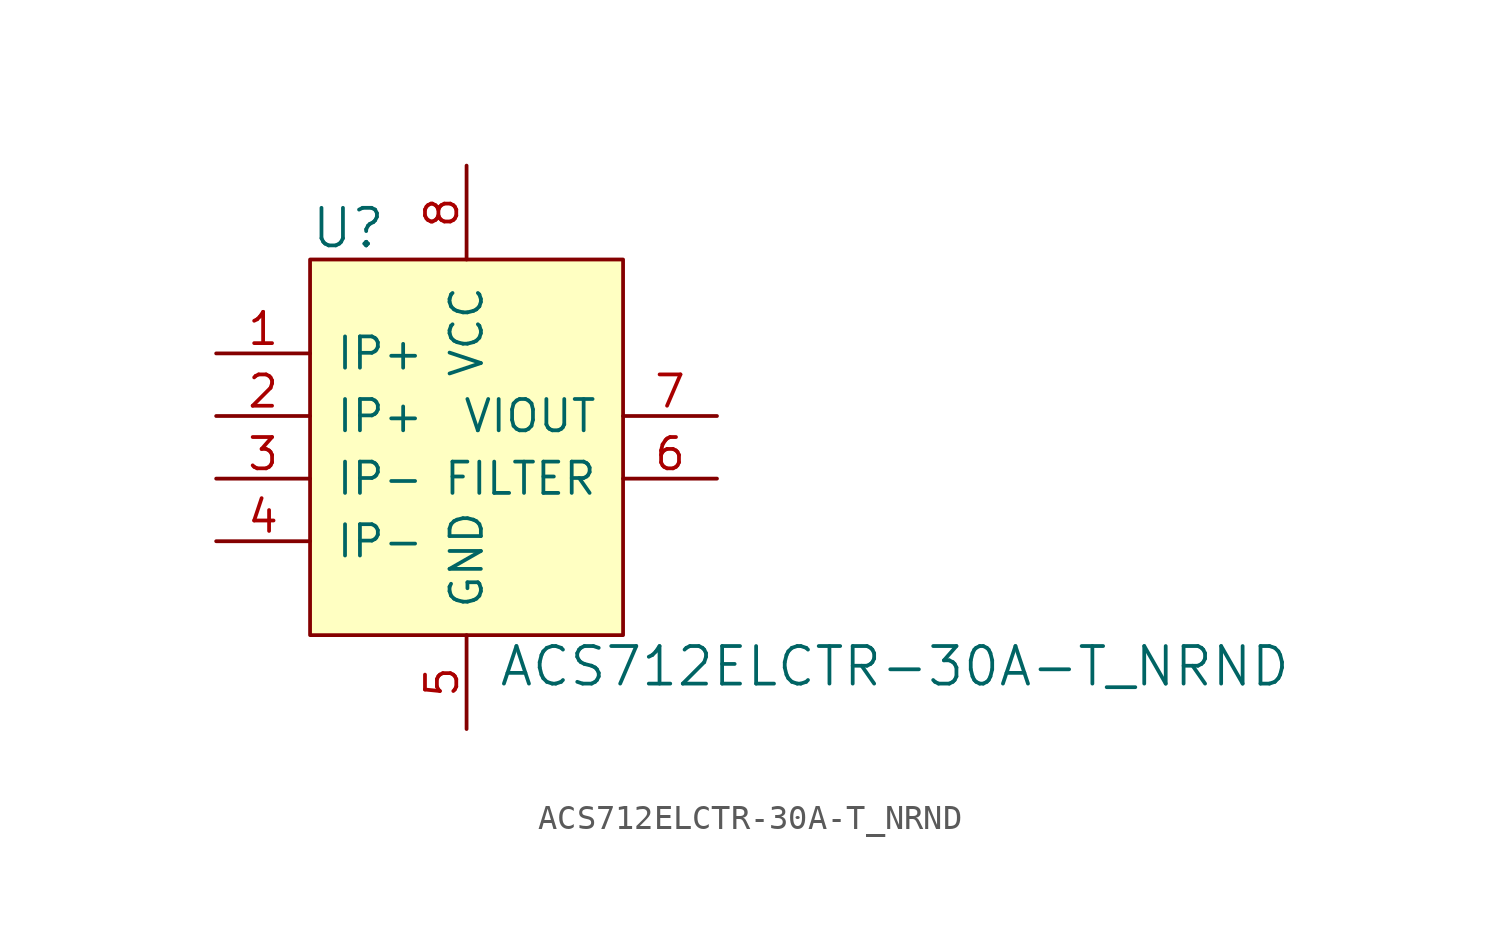
<source format=kicad_sym>
(kicad_symbol_lib
  (version 20220914)
  (generator kicad_symbol_editor)
  (symbol "ACS712ELCTR-30A-T_NRND"
    (pin_names
      (offset 1.016))
    (property "Reference" "U"
      (at -6.35 7.62 0)
      (effects (font (size 1.524 1.524)) (justify left)))
    (property "Value" "ACS712ELCTR-30A-T_NRND"
      (at 1.27 -10.16 0)
      (effects (font (size 1.524 1.524)) (justify left)))
    (symbol "ACS712ELCTR-30A-T_NRND_1_1"
      (rectangle (start -6.35 6.35) (end 6.35 -8.89) (stroke (width 0) (type default)) (fill (type background)))
      (pin input line (at -10.16 2.54 0) (length 3.81) (name "IP+" (effects (font (size 1.27 1.27)))) (number "1" (effects (font (size 1.27 1.27)))))
      (pin input line (at -10.16 0 0) (length 3.81) (name "IP+" (effects (font (size 1.27 1.27)))) (number "2" (effects (font (size 1.27 1.27)))))
      (pin input line (at -10.16 -2.54 0) (length 3.81) (name "IP-" (effects (font (size 1.27 1.27)))) (number "3" (effects (font (size 1.27 1.27)))))
      (pin input line (at -10.16 -5.08 0) (length 3.81) (name "IP-" (effects (font (size 1.27 1.27)))) (number "4" (effects (font (size 1.27 1.27)))))
      (pin power_in line (at 0 -12.7 90) (length 3.81) (name "GND" (effects (font (size 1.27 1.27)))) (number "5" (effects (font (size 1.27 1.27)))))
      (pin unspecified line (at 10.16 -2.54 180) (length 3.81) (name "FILTER" (effects (font (size 1.27 1.27)))) (number "6" (effects (font (size 1.27 1.27)))))
      (pin output line (at 10.16 0 180) (length 3.81) (name "VIOUT" (effects (font (size 1.27 1.27)))) (number "7" (effects (font (size 1.27 1.27)))))
      (pin power_in line (at 0 10.16 270) (length 3.81) (name "VCC" (effects (font (size 1.27 1.27)))) (number "8" (effects (font (size 1.27 1.27))))))))
</source>
